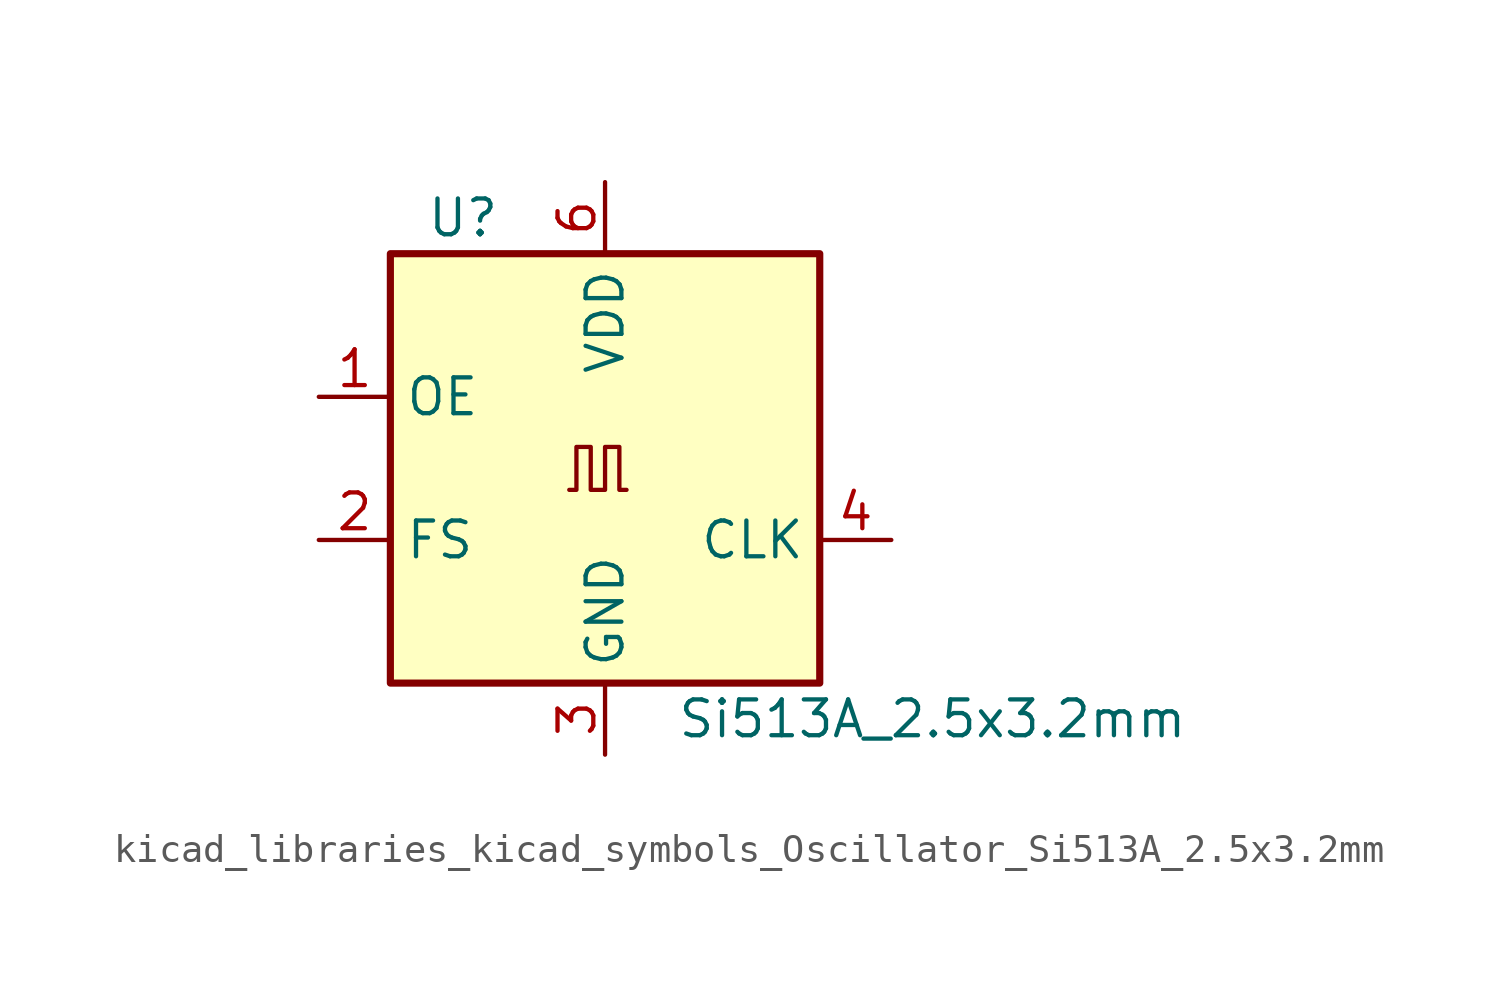
<source format=kicad_sym>
(kicad_symbol_lib
  (version 20220914)
  (generator kicad_symbol_editor)
  (symbol "kicad_libraries_kicad_symbols_Oscillator_Si513A_2.5x3.2mm"
    (property "Reference" "U"
      (at -6.35 8.89 0)
      (effects (font (size 1.27 1.27)) (justify left)))
    (property "Value" "Si513A_2.5x3.2mm"
      (at 2.54 -8.89 0)
      (effects (font (size 1.27 1.27)) (justify left)))
    (symbol "kicad_libraries_kicad_symbols_Oscillator_Si513A_2.5x3.2mm_0_1"
      (rectangle (start -7.62 7.62) (end 7.62 -7.62) (stroke (width 0.254) (type default)) (fill (type background)))
      (polyline (pts (xy -1.27 -0.762) (xy -1.016 -0.762) (xy -1.016 0.762) (xy -0.508 0.762) (xy -0.508 -0.762) (xy 0 -0.762) (xy 0 0.762) (xy 0.508 0.762) (xy 0.508 -0.762) (xy 0.762 -0.762)) (stroke (width 0) (type default)) (fill (type none))))
    (symbol "kicad_libraries_kicad_symbols_Oscillator_Si513A_2.5x3.2mm_1_1"
      (pin input line (at -10.16 2.54 0) (length 2.54) (name "OE" (effects (font (size 1.27 1.27)))) (number "1" (effects (font (size 1.27 1.27)))))
      (pin input line (at -10.16 -2.54 0) (length 2.54) (name "FS" (effects (font (size 1.27 1.27)))) (number "2" (effects (font (size 1.27 1.27)))))
      (pin power_in line (at 0 -10.16 90) (length 2.54) (name "GND" (effects (font (size 1.27 1.27)))) (number "3" (effects (font (size 1.27 1.27)))))
      (pin output line (at 10.16 -2.54 180) (length 2.54) (name "CLK" (effects (font (size 1.27 1.27)))) (number "4" (effects (font (size 1.27 1.27)))))
      (pin no_connect line (at 7.62 2.54 180) (length 2.54) hide (name "NC" (effects (font (size 1.27 1.27)))) (number "5" (effects (font (size 1.27 1.27)))))
      (pin power_in line (at 0 10.16 270) (length 2.54) (name "VDD" (effects (font (size 1.27 1.27)))) (number "6" (effects (font (size 1.27 1.27))))))))
</source>
